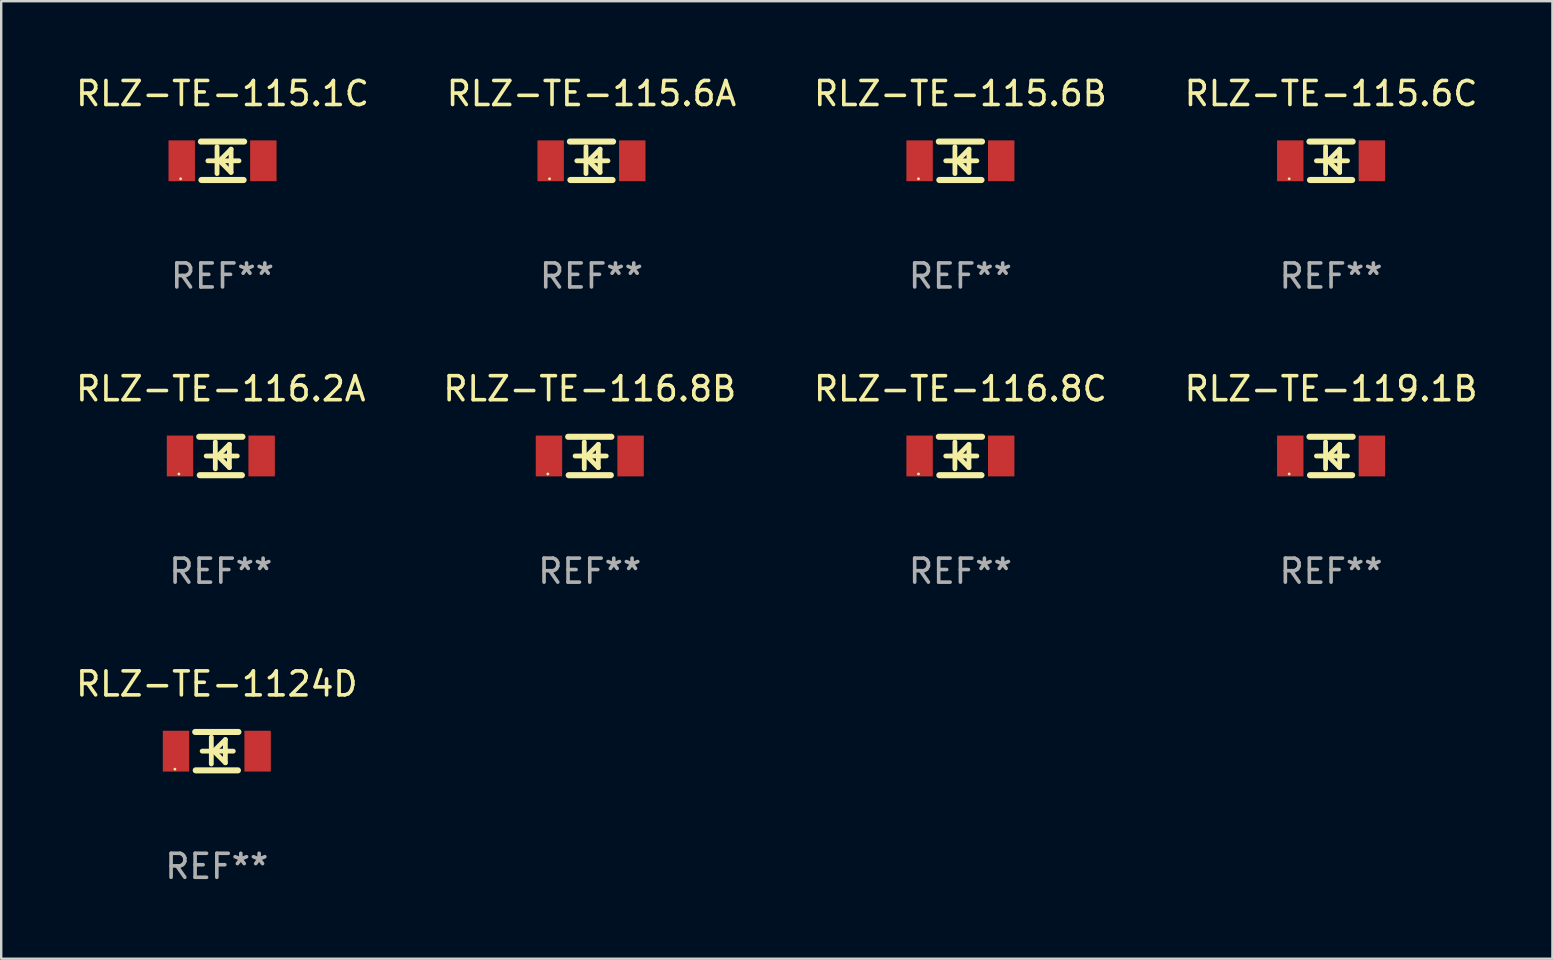
<source format=kicad_pcb>
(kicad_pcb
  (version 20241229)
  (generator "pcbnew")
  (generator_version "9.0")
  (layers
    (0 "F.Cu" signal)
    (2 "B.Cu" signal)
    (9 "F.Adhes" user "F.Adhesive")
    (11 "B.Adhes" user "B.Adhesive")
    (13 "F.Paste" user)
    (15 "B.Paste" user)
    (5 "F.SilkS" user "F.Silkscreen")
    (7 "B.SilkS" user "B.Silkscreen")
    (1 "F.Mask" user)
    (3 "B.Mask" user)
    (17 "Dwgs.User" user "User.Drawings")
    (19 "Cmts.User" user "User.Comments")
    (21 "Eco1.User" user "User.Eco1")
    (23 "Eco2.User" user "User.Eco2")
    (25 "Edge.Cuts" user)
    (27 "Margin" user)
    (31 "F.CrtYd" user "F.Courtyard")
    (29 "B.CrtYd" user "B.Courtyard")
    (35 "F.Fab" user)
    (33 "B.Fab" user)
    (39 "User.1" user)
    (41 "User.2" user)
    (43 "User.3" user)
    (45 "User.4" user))
  (footprint "RLZ-TE-1124D"
    (layer "F.Cu")
    (at 5.982 28.241)
    (property "Reference" "RLZ-TE-1124D" (at 0 -2.8 0) (layer "F.SilkS") (effects (font (size 1 1) (thickness 0.15))))
    (attr through_hole)
    (fp_line (start -0.9 -0.8) (end 0.9 -0.8) (stroke (width 0.254) (type solid)) (layer "F.SilkS"))
    (fp_line (start -0.878 0.8) (end 0.878 0.8) (stroke (width 0.254) (type solid)) (layer "F.SilkS"))
    (fp_line (start -0.61 0) (end 0.686 0) (stroke (width 0.2) (type solid)) (layer "F.SilkS"))
    (fp_line (start -0.229 -0.584) (end -0.229 0.533) (stroke (width 0.2) (type solid)) (layer "F.SilkS"))
    (fp_line (start -0.127 0) (end 0.356 -0.483) (stroke (width 0.2) (type solid)) (layer "F.SilkS"))
    (fp_line (start 0.356 -0.483) (end 0.356 0.483) (stroke (width 0.2) (type solid)) (layer "F.SilkS"))
    (fp_line (start 0.356 0.483) (end -0.102 0.025) (stroke (width 0.2) (type solid)) (layer "F.SilkS"))
    (fp_circle (center -1.746 0.75) (end -1.716 0.75) (stroke (width 0.06) (type solid)) (fill no) (layer "F.SilkS"))
    (fp_text user "REF**" (at 0 4.8 0) (layer "F.Fab") (effects (font (size 1 1) (thickness 0.15))))
    (pad "1" smd rect (at -1.7 0 180) (size 1.1 1.7) (layers "F.Cu" "F.Mask" "F.Paste"))
    (pad "2" smd rect (at 1.7 0 180) (size 1.1 1.7) (layers "F.Cu" "F.Mask" "F.Paste")))
  (footprint "RLZ-TE-116.8B"
    (layer "F.Cu")
    (at 21.518 15.945)
    (property "Reference" "RLZ-TE-116.8B" (at 0 -2.8 0) (layer "F.SilkS") (effects (font (size 1 1) (thickness 0.15))))
    (attr through_hole)
    (fp_line (start -0.9 -0.8) (end 0.9 -0.8) (stroke (width 0.254) (type solid)) (layer "F.SilkS"))
    (fp_line (start -0.878 0.8) (end 0.878 0.8) (stroke (width 0.254) (type solid)) (layer "F.SilkS"))
    (fp_line (start -0.61 0) (end 0.686 0) (stroke (width 0.2) (type solid)) (layer "F.SilkS"))
    (fp_line (start -0.229 -0.584) (end -0.229 0.533) (stroke (width 0.2) (type solid)) (layer "F.SilkS"))
    (fp_line (start -0.127 0) (end 0.356 -0.483) (stroke (width 0.2) (type solid)) (layer "F.SilkS"))
    (fp_line (start 0.356 -0.483) (end 0.356 0.483) (stroke (width 0.2) (type solid)) (layer "F.SilkS"))
    (fp_line (start 0.356 0.483) (end -0.102 0.025) (stroke (width 0.2) (type solid)) (layer "F.SilkS"))
    (fp_circle (center -1.746 0.75) (end -1.716 0.75) (stroke (width 0.06) (type solid)) (fill no) (layer "F.SilkS"))
    (fp_text user "REF**" (at 0 4.8 0) (layer "F.Fab") (effects (font (size 1 1) (thickness 0.15))))
    (pad "1" smd rect (at -1.7 0 180) (size 1.1 1.7) (layers "F.Cu" "F.Mask" "F.Paste"))
    (pad "2" smd rect (at 1.7 0 180) (size 1.1 1.7) (layers "F.Cu" "F.Mask" "F.Paste")))
  (footprint "RLZ-TE-115.6A"
    (layer "F.Cu")
    (at 21.589 3.648)
    (property "Reference" "RLZ-TE-115.6A" (at 0 -2.8 0) (layer "F.SilkS") (effects (font (size 1 1) (thickness 0.15))))
    (attr through_hole)
    (fp_line (start -0.9 -0.8) (end 0.9 -0.8) (stroke (width 0.254) (type solid)) (layer "F.SilkS"))
    (fp_line (start -0.878 0.8) (end 0.878 0.8) (stroke (width 0.254) (type solid)) (layer "F.SilkS"))
    (fp_line (start -0.61 0) (end 0.686 0) (stroke (width 0.2) (type solid)) (layer "F.SilkS"))
    (fp_line (start -0.229 -0.584) (end -0.229 0.533) (stroke (width 0.2) (type solid)) (layer "F.SilkS"))
    (fp_line (start -0.127 0) (end 0.356 -0.483) (stroke (width 0.2) (type solid)) (layer "F.SilkS"))
    (fp_line (start 0.356 -0.483) (end 0.356 0.483) (stroke (width 0.2) (type solid)) (layer "F.SilkS"))
    (fp_line (start 0.356 0.483) (end -0.102 0.025) (stroke (width 0.2) (type solid)) (layer "F.SilkS"))
    (fp_circle (center -1.746 0.75) (end -1.716 0.75) (stroke (width 0.06) (type solid)) (fill no) (layer "F.SilkS"))
    (fp_text user "REF**" (at 0 4.8 0) (layer "F.Fab") (effects (font (size 1 1) (thickness 0.15))))
    (pad "1" smd rect (at -1.7 0 180) (size 1.1 1.7) (layers "F.Cu" "F.Mask" "F.Paste"))
    (pad "2" smd rect (at 1.7 0 180) (size 1.1 1.7) (layers "F.Cu" "F.Mask" "F.Paste")))
  (footprint "RLZ-TE-119.1B"
    (layer "F.Cu")
    (at 52.399 15.945)
    (property "Reference" "RLZ-TE-119.1B" (at 0 -2.8 0) (layer "F.SilkS") (effects (font (size 1 1) (thickness 0.15))))
    (attr through_hole)
    (fp_line (start -0.9 -0.8) (end 0.9 -0.8) (stroke (width 0.254) (type solid)) (layer "F.SilkS"))
    (fp_line (start -0.878 0.8) (end 0.878 0.8) (stroke (width 0.254) (type solid)) (layer "F.SilkS"))
    (fp_line (start -0.61 0) (end 0.686 0) (stroke (width 0.2) (type solid)) (layer "F.SilkS"))
    (fp_line (start -0.229 -0.584) (end -0.229 0.533) (stroke (width 0.2) (type solid)) (layer "F.SilkS"))
    (fp_line (start -0.127 0) (end 0.356 -0.483) (stroke (width 0.2) (type solid)) (layer "F.SilkS"))
    (fp_line (start 0.356 -0.483) (end 0.356 0.483) (stroke (width 0.2) (type solid)) (layer "F.SilkS"))
    (fp_line (start 0.356 0.483) (end -0.102 0.025) (stroke (width 0.2) (type solid)) (layer "F.SilkS"))
    (fp_circle (center -1.746 0.75) (end -1.716 0.75) (stroke (width 0.06) (type solid)) (fill no) (layer "F.SilkS"))
    (fp_text user "REF**" (at 0 4.8 0) (layer "F.Fab") (effects (font (size 1 1) (thickness 0.15))))
    (pad "1" smd rect (at -1.7 0 180) (size 1.1 1.7) (layers "F.Cu" "F.Mask" "F.Paste"))
    (pad "2" smd rect (at 1.7 0 180) (size 1.1 1.7) (layers "F.Cu" "F.Mask" "F.Paste")))
  (footprint "RLZ-TE-116.8C"
    (layer "F.Cu")
    (at 36.958 15.945)
    (property "Reference" "RLZ-TE-116.8C" (at 0 -2.8 0) (layer "F.SilkS") (effects (font (size 1 1) (thickness 0.15))))
    (attr through_hole)
    (fp_line (start -0.9 -0.8) (end 0.9 -0.8) (stroke (width 0.254) (type solid)) (layer "F.SilkS"))
    (fp_line (start -0.878 0.8) (end 0.878 0.8) (stroke (width 0.254) (type solid)) (layer "F.SilkS"))
    (fp_line (start -0.61 0) (end 0.686 0) (stroke (width 0.2) (type solid)) (layer "F.SilkS"))
    (fp_line (start -0.229 -0.584) (end -0.229 0.533) (stroke (width 0.2) (type solid)) (layer "F.SilkS"))
    (fp_line (start -0.127 0) (end 0.356 -0.483) (stroke (width 0.2) (type solid)) (layer "F.SilkS"))
    (fp_line (start 0.356 -0.483) (end 0.356 0.483) (stroke (width 0.2) (type solid)) (layer "F.SilkS"))
    (fp_line (start 0.356 0.483) (end -0.102 0.025) (stroke (width 0.2) (type solid)) (layer "F.SilkS"))
    (fp_circle (center -1.746 0.75) (end -1.716 0.75) (stroke (width 0.06) (type solid)) (fill no) (layer "F.SilkS"))
    (fp_text user "REF**" (at 0 4.8 0) (layer "F.Fab") (effects (font (size 1 1) (thickness 0.15))))
    (pad "1" smd rect (at -1.7 0 180) (size 1.1 1.7) (layers "F.Cu" "F.Mask" "F.Paste"))
    (pad "2" smd rect (at 1.7 0 180) (size 1.1 1.7) (layers "F.Cu" "F.Mask" "F.Paste")))
  (footprint "RLZ-TE-116.2A"
    (layer "F.Cu")
    (at 6.149 15.945)
    (property "Reference" "RLZ-TE-116.2A" (at 0 -2.8 0) (layer "F.SilkS") (effects (font (size 1 1) (thickness 0.15))))
    (attr through_hole)
    (fp_line (start -0.9 -0.8) (end 0.9 -0.8) (stroke (width 0.254) (type solid)) (layer "F.SilkS"))
    (fp_line (start -0.878 0.8) (end 0.878 0.8) (stroke (width 0.254) (type solid)) (layer "F.SilkS"))
    (fp_line (start -0.61 0) (end 0.686 0) (stroke (width 0.2) (type solid)) (layer "F.SilkS"))
    (fp_line (start -0.229 -0.584) (end -0.229 0.533) (stroke (width 0.2) (type solid)) (layer "F.SilkS"))
    (fp_line (start -0.127 0) (end 0.356 -0.483) (stroke (width 0.2) (type solid)) (layer "F.SilkS"))
    (fp_line (start 0.356 -0.483) (end 0.356 0.483) (stroke (width 0.2) (type solid)) (layer "F.SilkS"))
    (fp_line (start 0.356 0.483) (end -0.102 0.025) (stroke (width 0.2) (type solid)) (layer "F.SilkS"))
    (fp_circle (center -1.746 0.75) (end -1.716 0.75) (stroke (width 0.06) (type solid)) (fill no) (layer "F.SilkS"))
    (fp_text user "REF**" (at 0 4.8 0) (layer "F.Fab") (effects (font (size 1 1) (thickness 0.15))))
    (pad "1" smd rect (at -1.7 0 180) (size 1.1 1.7) (layers "F.Cu" "F.Mask" "F.Paste"))
    (pad "2" smd rect (at 1.7 0 180) (size 1.1 1.7) (layers "F.Cu" "F.Mask" "F.Paste")))
  (footprint "RLZ-TE-115.6C"
    (layer "F.Cu")
    (at 52.399 3.648)
    (property "Reference" "RLZ-TE-115.6C" (at 0 -2.8 0) (layer "F.SilkS") (effects (font (size 1 1) (thickness 0.15))))
    (attr through_hole)
    (fp_line (start -0.9 -0.8) (end 0.9 -0.8) (stroke (width 0.254) (type solid)) (layer "F.SilkS"))
    (fp_line (start -0.878 0.8) (end 0.878 0.8) (stroke (width 0.254) (type solid)) (layer "F.SilkS"))
    (fp_line (start -0.61 0) (end 0.686 0) (stroke (width 0.2) (type solid)) (layer "F.SilkS"))
    (fp_line (start -0.229 -0.584) (end -0.229 0.533) (stroke (width 0.2) (type solid)) (layer "F.SilkS"))
    (fp_line (start -0.127 0) (end 0.356 -0.483) (stroke (width 0.2) (type solid)) (layer "F.SilkS"))
    (fp_line (start 0.356 -0.483) (end 0.356 0.483) (stroke (width 0.2) (type solid)) (layer "F.SilkS"))
    (fp_line (start 0.356 0.483) (end -0.102 0.025) (stroke (width 0.2) (type solid)) (layer "F.SilkS"))
    (fp_circle (center -1.746 0.75) (end -1.716 0.75) (stroke (width 0.06) (type solid)) (fill no) (layer "F.SilkS"))
    (fp_text user "REF**" (at 0 4.8 0) (layer "F.Fab") (effects (font (size 1 1) (thickness 0.15))))
    (pad "1" smd rect (at -1.7 0 180) (size 1.1 1.7) (layers "F.Cu" "F.Mask" "F.Paste"))
    (pad "2" smd rect (at 1.7 0 180) (size 1.1 1.7) (layers "F.Cu" "F.Mask" "F.Paste")))
  (footprint "RLZ-TE-115.1C"
    (layer "F.Cu")
    (at 6.22 3.648)
    (property "Reference" "RLZ-TE-115.1C" (at 0 -2.8 0) (layer "F.SilkS") (effects (font (size 1 1) (thickness 0.15))))
    (attr through_hole)
    (fp_line (start -0.9 -0.8) (end 0.9 -0.8) (stroke (width 0.254) (type solid)) (layer "F.SilkS"))
    (fp_line (start -0.878 0.8) (end 0.878 0.8) (stroke (width 0.254) (type solid)) (layer "F.SilkS"))
    (fp_line (start -0.61 0) (end 0.686 0) (stroke (width 0.2) (type solid)) (layer "F.SilkS"))
    (fp_line (start -0.229 -0.584) (end -0.229 0.533) (stroke (width 0.2) (type solid)) (layer "F.SilkS"))
    (fp_line (start -0.127 0) (end 0.356 -0.483) (stroke (width 0.2) (type solid)) (layer "F.SilkS"))
    (fp_line (start 0.356 -0.483) (end 0.356 0.483) (stroke (width 0.2) (type solid)) (layer "F.SilkS"))
    (fp_line (start 0.356 0.483) (end -0.102 0.025) (stroke (width 0.2) (type solid)) (layer "F.SilkS"))
    (fp_circle (center -1.746 0.75) (end -1.716 0.75) (stroke (width 0.06) (type solid)) (fill no) (layer "F.SilkS"))
    (fp_text user "REF**" (at 0 4.8 0) (layer "F.Fab") (effects (font (size 1 1) (thickness 0.15))))
    (pad "1" smd rect (at -1.7 0 180) (size 1.1 1.7) (layers "F.Cu" "F.Mask" "F.Paste"))
    (pad "2" smd rect (at 1.7 0 180) (size 1.1 1.7) (layers "F.Cu" "F.Mask" "F.Paste")))
  (footprint "RLZ-TE-115.6B"
    (layer "F.Cu")
    (at 36.958 3.648)
    (property "Reference" "RLZ-TE-115.6B" (at 0 -2.8 0) (layer "F.SilkS") (effects (font (size 1 1) (thickness 0.15))))
    (attr through_hole)
    (fp_line (start -0.9 -0.8) (end 0.9 -0.8) (stroke (width 0.254) (type solid)) (layer "F.SilkS"))
    (fp_line (start -0.878 0.8) (end 0.878 0.8) (stroke (width 0.254) (type solid)) (layer "F.SilkS"))
    (fp_line (start -0.61 0) (end 0.686 0) (stroke (width 0.2) (type solid)) (layer "F.SilkS"))
    (fp_line (start -0.229 -0.584) (end -0.229 0.533) (stroke (width 0.2) (type solid)) (layer "F.SilkS"))
    (fp_line (start -0.127 0) (end 0.356 -0.483) (stroke (width 0.2) (type solid)) (layer "F.SilkS"))
    (fp_line (start 0.356 -0.483) (end 0.356 0.483) (stroke (width 0.2) (type solid)) (layer "F.SilkS"))
    (fp_line (start 0.356 0.483) (end -0.102 0.025) (stroke (width 0.2) (type solid)) (layer "F.SilkS"))
    (fp_circle (center -1.746 0.75) (end -1.716 0.75) (stroke (width 0.06) (type solid)) (fill no) (layer "F.SilkS"))
    (fp_text user "REF**" (at 0 4.8 0) (layer "F.Fab") (effects (font (size 1 1) (thickness 0.15))))
    (pad "1" smd rect (at -1.7 0 180) (size 1.1 1.7) (layers "F.Cu" "F.Mask" "F.Paste"))
    (pad "2" smd rect (at 1.7 0 180) (size 1.1 1.7) (layers "F.Cu" "F.Mask" "F.Paste")))
  (gr_rect
    (start -3 -3)
    (end 61.619 36.889)
    (stroke (width 0.1) (type default))
    (fill no)
    (layer "Edge.Cuts")))
</source>
